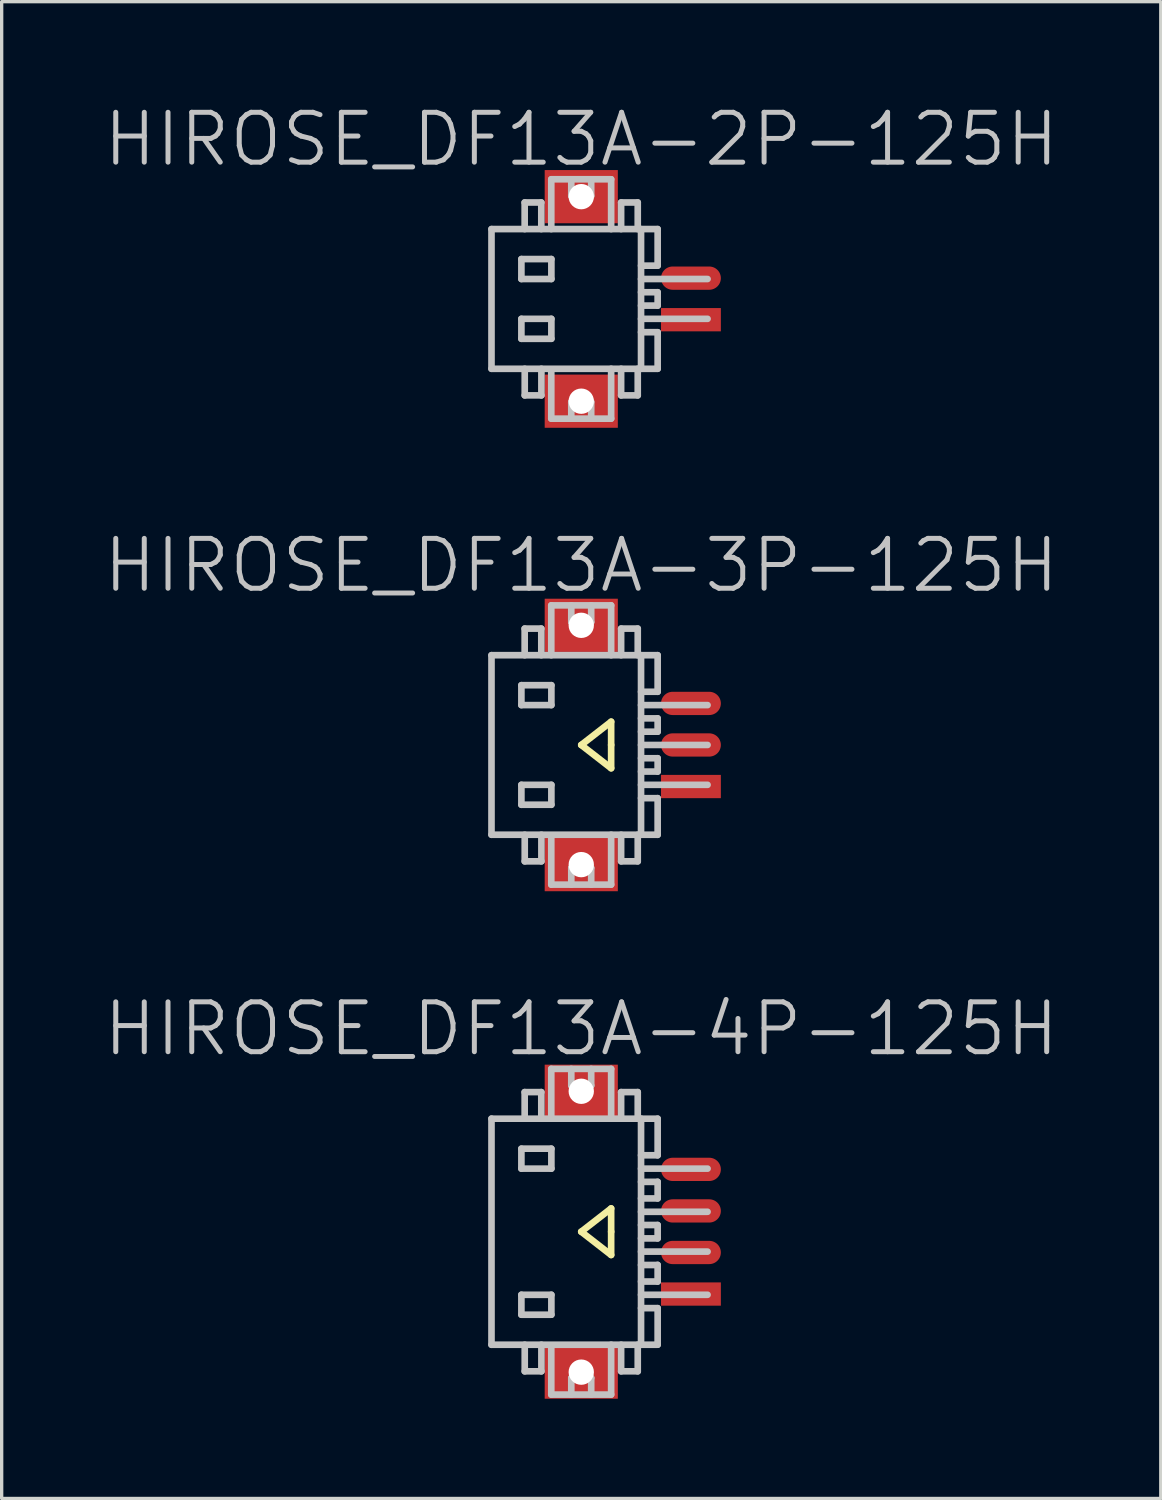
<source format=kicad_pcb>
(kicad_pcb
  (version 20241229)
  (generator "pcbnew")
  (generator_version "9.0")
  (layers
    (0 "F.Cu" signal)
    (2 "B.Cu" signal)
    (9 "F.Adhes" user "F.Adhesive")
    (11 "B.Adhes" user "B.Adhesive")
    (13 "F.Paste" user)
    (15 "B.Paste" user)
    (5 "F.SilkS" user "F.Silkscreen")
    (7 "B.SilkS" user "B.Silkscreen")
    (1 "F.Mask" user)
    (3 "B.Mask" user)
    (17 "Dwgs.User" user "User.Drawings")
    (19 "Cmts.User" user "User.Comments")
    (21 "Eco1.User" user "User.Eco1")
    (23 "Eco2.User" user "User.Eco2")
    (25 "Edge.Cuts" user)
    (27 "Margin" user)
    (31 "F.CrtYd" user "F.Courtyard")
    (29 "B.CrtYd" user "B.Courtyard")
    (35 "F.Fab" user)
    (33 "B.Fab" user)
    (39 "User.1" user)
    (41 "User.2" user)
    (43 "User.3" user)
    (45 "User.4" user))
  (footprint "HIROSE_DF13A-4P-125H"
    (layer "F.Cu")
    (at 14.432 33.997)
    (property "Reference" "HIROSE_DF13A-4P-125H" (at 0 -6.1 180) (layer "Dwgs.User") (effects (font (size 1.5 1.5) (thickness 0.15))))
    (attr smd)
    (fp_line (start 0 0) (end 0.9 0.7) (stroke (width 0.2) (type solid)) (layer "F.SilkS"))
    (fp_line (start 0.9 -0.7) (end 0 0) (stroke (width 0.2) (type solid)) (layer "F.SilkS"))
    (fp_line (start 0.9 0) (end 0.9 -0.7) (stroke (width 0.2) (type solid)) (layer "F.SilkS"))
    (fp_line (start 0.9 0.7) (end 0.9 0) (stroke (width 0.2) (type solid)) (layer "F.SilkS"))
    (fp_line (start -2.699 -3.401) (end -2.699 3.401) (stroke (width 0.2) (type solid)) (layer "Dwgs.User"))
    (fp_line (start -2.699 -3.399) (end 2.299 -3.399) (stroke (width 0.2) (type solid)) (layer "Dwgs.User"))
    (fp_line (start -1.8 -2.497) (end -1.8 -1.897) (stroke (width 0.2) (type solid)) (layer "Dwgs.User"))
    (fp_line (start -1.8 -1.897) (end -0.898 -1.897) (stroke (width 0.2) (type solid)) (layer "Dwgs.User"))
    (fp_line (start -1.8 1.897) (end -0.898 1.897) (stroke (width 0.2) (type solid)) (layer "Dwgs.User"))
    (fp_line (start -1.8 2.497) (end -1.8 1.897) (stroke (width 0.2) (type solid)) (layer "Dwgs.User"))
    (fp_line (start -1.701 -4.199) (end -1.701 -3.399) (stroke (width 0.2) (type solid)) (layer "Dwgs.User"))
    (fp_line (start -1.699 4.199) (end -1.699 3.399) (stroke (width 0.2) (type solid)) (layer "Dwgs.User"))
    (fp_line (start -1.201 -4.199) (end -1.701 -4.199) (stroke (width 0.2) (type solid)) (layer "Dwgs.User"))
    (fp_line (start -1.201 -3.399) (end -1.201 -4.199) (stroke (width 0.2) (type solid)) (layer "Dwgs.User"))
    (fp_line (start -1.198 3.399) (end -1.198 4.199) (stroke (width 0.2) (type solid)) (layer "Dwgs.User"))
    (fp_line (start -1.198 4.199) (end -1.699 4.199) (stroke (width 0.2) (type solid)) (layer "Dwgs.User"))
    (fp_line (start -0.901 -4.897) (end -0.901 -3.399) (stroke (width 0.2) (type solid)) (layer "Dwgs.User"))
    (fp_line (start -0.901 4.897) (end -0.901 3.498) (stroke (width 0.2) (type solid)) (layer "Dwgs.User"))
    (fp_line (start -0.898 -2.497) (end -1.8 -2.497) (stroke (width 0.2) (type solid)) (layer "Dwgs.User"))
    (fp_line (start -0.898 -1.897) (end -0.898 -2.497) (stroke (width 0.2) (type solid)) (layer "Dwgs.User"))
    (fp_line (start -0.898 1.897) (end -0.898 2.497) (stroke (width 0.2) (type solid)) (layer "Dwgs.User"))
    (fp_line (start -0.898 2.497) (end -1.8 2.497) (stroke (width 0.2) (type solid)) (layer "Dwgs.User"))
    (fp_line (start -0.299 -4.397) (end -0.299 -4.897) (stroke (width 0.2) (type solid)) (layer "Dwgs.User"))
    (fp_line (start -0.299 -4.397) (end 0.3 -4.397) (stroke (width 0.2) (type solid)) (layer "Dwgs.User"))
    (fp_line (start -0.299 4.399) (end 0.3 4.399) (stroke (width 0.2) (type solid)) (layer "Dwgs.User"))
    (fp_line (start -0.299 4.9) (end -0.299 4.399) (stroke (width 0.2) (type solid)) (layer "Dwgs.User"))
    (fp_line (start 0.3 -4.397) (end 0.3 -4.897) (stroke (width 0.2) (type solid)) (layer "Dwgs.User"))
    (fp_line (start 0.3 4.9) (end 0.3 4.399) (stroke (width 0.2) (type solid)) (layer "Dwgs.User"))
    (fp_line (start 0.9 -4.897) (end -0.901 -4.897) (stroke (width 0.2) (type solid)) (layer "Dwgs.User"))
    (fp_line (start 0.9 -3.399) (end 0.9 -4.897) (stroke (width 0.2) (type solid)) (layer "Dwgs.User"))
    (fp_line (start 0.9 4.897) (end 0.9 3.399) (stroke (width 0.2) (type solid)) (layer "Dwgs.User"))
    (fp_line (start 0.9 4.9) (end -0.901 4.9) (stroke (width 0.2) (type solid)) (layer "Dwgs.User"))
    (fp_line (start 1.2 -3.399) (end 1.2 -4.199) (stroke (width 0.2) (type solid)) (layer "Dwgs.User"))
    (fp_line (start 1.2 4.199) (end 1.2 3.399) (stroke (width 0.2) (type solid)) (layer "Dwgs.User"))
    (fp_line (start 1.7 -4.199) (end 1.2 -4.199) (stroke (width 0.2) (type solid)) (layer "Dwgs.User"))
    (fp_line (start 1.7 -4.199) (end 1.7 -3.399) (stroke (width 0.2) (type solid)) (layer "Dwgs.User"))
    (fp_line (start 1.7 3.399) (end 1.7 4.199) (stroke (width 0.2) (type solid)) (layer "Dwgs.User"))
    (fp_line (start 1.7 4.199) (end 1.2 4.199) (stroke (width 0.2) (type solid)) (layer "Dwgs.User"))
    (fp_line (start 1.799 -3.401) (end 1.799 3.401) (stroke (width 0.2) (type solid)) (layer "Dwgs.User"))
    (fp_line (start 1.799 -1.499) (end 2.299 -1.499) (stroke (width 0.2) (type solid)) (layer "Dwgs.User"))
    (fp_line (start 1.799 -0.599) (end 3.8 -0.599) (stroke (width 0.2) (type solid)) (layer "Dwgs.User"))
    (fp_line (start 1.799 0.599) (end 3.8 0.599) (stroke (width 0.2) (type solid)) (layer "Dwgs.User"))
    (fp_line (start 1.799 1.001) (end 2.299 1.001) (stroke (width 0.2) (type solid)) (layer "Dwgs.User"))
    (fp_line (start 1.799 1.897) (end 3.8 1.897) (stroke (width 0.2) (type solid)) (layer "Dwgs.User"))
    (fp_line (start 2.299 -2.299) (end 1.799 -2.299) (stroke (width 0.2) (type solid)) (layer "Dwgs.User"))
    (fp_line (start 2.299 -2.299) (end 2.299 -3.399) (stroke (width 0.2) (type solid)) (layer "Dwgs.User"))
    (fp_line (start 2.299 -1.501) (end 2.299 -1.001) (stroke (width 0.2) (type solid)) (layer "Dwgs.User"))
    (fp_line (start 2.299 -1.001) (end 1.799 -1.001) (stroke (width 0.2) (type solid)) (layer "Dwgs.User"))
    (fp_line (start 2.299 -0.201) (end 1.799 -0.201) (stroke (width 0.2) (type solid)) (layer "Dwgs.User"))
    (fp_line (start 2.299 0.201) (end 1.799 0.201) (stroke (width 0.2) (type solid)) (layer "Dwgs.User"))
    (fp_line (start 2.299 0.201) (end 2.299 -0.201) (stroke (width 0.2) (type solid)) (layer "Dwgs.User"))
    (fp_line (start 2.299 0.998) (end 2.299 1.499) (stroke (width 0.2) (type solid)) (layer "Dwgs.User"))
    (fp_line (start 2.299 1.499) (end 1.799 1.499) (stroke (width 0.2) (type solid)) (layer "Dwgs.User"))
    (fp_line (start 2.299 2.299) (end 1.799 2.299) (stroke (width 0.2) (type solid)) (layer "Dwgs.User"))
    (fp_line (start 2.299 3.399) (end -2.699 3.399) (stroke (width 0.2) (type solid)) (layer "Dwgs.User"))
    (fp_line (start 2.299 3.399) (end 2.299 2.299) (stroke (width 0.2) (type solid)) (layer "Dwgs.User"))
    (fp_line (start 3.8 -1.897) (end 1.799 -1.897) (stroke (width 0.2) (type solid)) (layer "Dwgs.User"))
    (pad "" np_thru_hole rect (at 0.001 -4.224 270) (size 1.6 2.2) (drill 0.762) (layers "F.Cu" "F.Mask" "F.Paste"))
    (pad "" np_thru_hole rect (at 0.001 4.224 270) (size 1.6 2.2) (drill 0.762) (layers "F.Cu" "F.Mask" "F.Paste"))
    (pad "1" smd rect (at 3.3 1.875 270) (size 0.7 1.8) (layers "F.Cu" "F.Mask" "F.Paste"))
    (pad "2" smd oval (at 3.3 0.625 270) (size 0.7 1.8) (layers "F.Cu" "F.Mask" "F.Paste"))
    (pad "3" smd oval (at 3.3 -0.625 270) (size 0.7 1.8) (layers "F.Cu" "F.Mask" "F.Paste"))
    (pad "4" smd oval (at 3.3 -1.875 270) (size 0.7 1.8) (layers "F.Cu" "F.Mask" "F.Paste")))
  (footprint "HIROSE_DF13A-2P-125H"
    (layer "F.Cu")
    (at 14.432 5.941)
    (property "Reference" "HIROSE_DF13A-2P-125H" (at 0 -4.8 180) (layer "Dwgs.User") (effects (font (size 1.5 1.5) (thickness 0.15))))
    (attr smd)
    (fp_line (start -2.699 -2.101) (end 2.299 -2.101) (stroke (width 0.2) (type solid)) (layer "Dwgs.User"))
    (fp_line (start -2.699 2.101) (end -2.699 -2.101) (stroke (width 0.2) (type solid)) (layer "Dwgs.User"))
    (fp_line (start -1.8 -1.199) (end -1.8 -0.599) (stroke (width 0.2) (type solid)) (layer "Dwgs.User"))
    (fp_line (start -1.8 -0.599) (end -0.898 -0.599) (stroke (width 0.2) (type solid)) (layer "Dwgs.User"))
    (fp_line (start -1.8 0.599) (end -0.898 0.599) (stroke (width 0.2) (type solid)) (layer "Dwgs.User"))
    (fp_line (start -1.8 1.199) (end -1.8 0.599) (stroke (width 0.2) (type solid)) (layer "Dwgs.User"))
    (fp_line (start -1.701 -2.901) (end -1.701 -2.101) (stroke (width 0.2) (type solid)) (layer "Dwgs.User"))
    (fp_line (start -1.699 2.901) (end -1.699 2.101) (stroke (width 0.2) (type solid)) (layer "Dwgs.User"))
    (fp_line (start -1.201 -2.901) (end -1.701 -2.901) (stroke (width 0.2) (type solid)) (layer "Dwgs.User"))
    (fp_line (start -1.201 -2.101) (end -1.201 -2.901) (stroke (width 0.2) (type solid)) (layer "Dwgs.User"))
    (fp_line (start -1.198 2.101) (end -1.198 2.901) (stroke (width 0.2) (type solid)) (layer "Dwgs.User"))
    (fp_line (start -1.198 2.901) (end -1.699 2.901) (stroke (width 0.2) (type solid)) (layer "Dwgs.User"))
    (fp_line (start -0.901 -3.599) (end -0.901 -2.101) (stroke (width 0.2) (type solid)) (layer "Dwgs.User"))
    (fp_line (start -0.901 3.599) (end -0.901 2.2) (stroke (width 0.2) (type solid)) (layer "Dwgs.User"))
    (fp_line (start -0.898 -1.199) (end -1.8 -1.199) (stroke (width 0.2) (type solid)) (layer "Dwgs.User"))
    (fp_line (start -0.898 -0.599) (end -0.898 -1.199) (stroke (width 0.2) (type solid)) (layer "Dwgs.User"))
    (fp_line (start -0.898 0.599) (end -0.898 1.199) (stroke (width 0.2) (type solid)) (layer "Dwgs.User"))
    (fp_line (start -0.898 1.199) (end -1.8 1.199) (stroke (width 0.2) (type solid)) (layer "Dwgs.User"))
    (fp_line (start -0.299 -3.099) (end -0.299 -3.599) (stroke (width 0.2) (type solid)) (layer "Dwgs.User"))
    (fp_line (start -0.299 -3.099) (end 0.3 -3.099) (stroke (width 0.2) (type solid)) (layer "Dwgs.User"))
    (fp_line (start -0.299 3.101) (end 0.3 3.101) (stroke (width 0.2) (type solid)) (layer "Dwgs.User"))
    (fp_line (start -0.299 3.602) (end -0.299 3.101) (stroke (width 0.2) (type solid)) (layer "Dwgs.User"))
    (fp_line (start 0.3 -3.099) (end 0.3 -3.599) (stroke (width 0.2) (type solid)) (layer "Dwgs.User"))
    (fp_line (start 0.3 3.602) (end 0.3 3.101) (stroke (width 0.2) (type solid)) (layer "Dwgs.User"))
    (fp_line (start 0.9 -3.599) (end -0.901 -3.599) (stroke (width 0.2) (type solid)) (layer "Dwgs.User"))
    (fp_line (start 0.9 -2.101) (end 0.9 -3.599) (stroke (width 0.2) (type solid)) (layer "Dwgs.User"))
    (fp_line (start 0.9 3.599) (end 0.9 2.101) (stroke (width 0.2) (type solid)) (layer "Dwgs.User"))
    (fp_line (start 0.9 3.602) (end -0.901 3.602) (stroke (width 0.2) (type solid)) (layer "Dwgs.User"))
    (fp_line (start 1.2 -2.101) (end 1.2 -2.901) (stroke (width 0.2) (type solid)) (layer "Dwgs.User"))
    (fp_line (start 1.2 2.901) (end 1.2 2.101) (stroke (width 0.2) (type solid)) (layer "Dwgs.User"))
    (fp_line (start 1.7 -2.901) (end 1.2 -2.901) (stroke (width 0.2) (type solid)) (layer "Dwgs.User"))
    (fp_line (start 1.7 -2.901) (end 1.7 -2.101) (stroke (width 0.2) (type solid)) (layer "Dwgs.User"))
    (fp_line (start 1.7 2.101) (end 1.7 2.901) (stroke (width 0.2) (type solid)) (layer "Dwgs.User"))
    (fp_line (start 1.7 2.901) (end 1.2 2.901) (stroke (width 0.2) (type solid)) (layer "Dwgs.User"))
    (fp_line (start 1.799 0.599) (end 3.8 0.599) (stroke (width 0.2) (type solid)) (layer "Dwgs.User"))
    (fp_line (start 1.799 2.101) (end 1.799 -2.101) (stroke (width 0.2) (type solid)) (layer "Dwgs.User"))
    (fp_line (start 2.299 -1.001) (end 1.799 -1.001) (stroke (width 0.2) (type solid)) (layer "Dwgs.User"))
    (fp_line (start 2.299 -1.001) (end 2.299 -2.101) (stroke (width 0.2) (type solid)) (layer "Dwgs.User"))
    (fp_line (start 2.299 -0.201) (end 1.799 -0.201) (stroke (width 0.2) (type solid)) (layer "Dwgs.User"))
    (fp_line (start 2.299 0.201) (end 1.799 0.201) (stroke (width 0.2) (type solid)) (layer "Dwgs.User"))
    (fp_line (start 2.299 0.201) (end 2.299 -0.201) (stroke (width 0.2) (type solid)) (layer "Dwgs.User"))
    (fp_line (start 2.299 1.001) (end 1.799 1.001) (stroke (width 0.2) (type solid)) (layer "Dwgs.User"))
    (fp_line (start 2.299 2.101) (end -2.699 2.101) (stroke (width 0.2) (type solid)) (layer "Dwgs.User"))
    (fp_line (start 2.299 2.101) (end 2.299 1.001) (stroke (width 0.2) (type solid)) (layer "Dwgs.User"))
    (fp_line (start 3.8 -0.599) (end 1.799 -0.599) (stroke (width 0.2) (type solid)) (layer "Dwgs.User"))
    (pad "" np_thru_hole rect (at 0.001 -3.076 270) (size 1.6 2.2) (drill 0.762) (layers "F.Cu" "F.Mask" "F.Paste"))
    (pad "" np_thru_hole rect (at 0.001 3.076 270) (size 1.6 2.2) (drill 0.762) (layers "F.Cu" "F.Mask" "F.Paste"))
    (pad "1" smd rect (at 3.3 0.625 270) (size 0.7 1.8) (layers "F.Cu" "F.Mask" "F.Paste"))
    (pad "2" smd oval (at 3.3 -0.625 270) (size 0.7 1.8) (layers "F.Cu" "F.Mask" "F.Paste")))
  (footprint "HIROSE_DF13A-3P-125H"
    (layer "F.Cu")
    (at 14.432 19.357)
    (property "Reference" "HIROSE_DF13A-3P-125H" (at 0 -5.4 180) (layer "Dwgs.User") (effects (font (size 1.5 1.5) (thickness 0.15))))
    (attr smd)
    (fp_line (start 0 0) (end 0.9 0.7) (stroke (width 0.2) (type solid)) (layer "F.SilkS"))
    (fp_line (start 0.9 -0.7) (end 0 0) (stroke (width 0.2) (type solid)) (layer "F.SilkS"))
    (fp_line (start 0.9 0) (end 0.9 -0.7) (stroke (width 0.2) (type solid)) (layer "F.SilkS"))
    (fp_line (start 0.9 0.7) (end 0.9 0) (stroke (width 0.2) (type solid)) (layer "F.SilkS"))
    (fp_line (start -2.699 -2.7) (end -2.699 2.7) (stroke (width 0.2) (type solid)) (layer "Dwgs.User"))
    (fp_line (start -2.699 -2.7) (end 2.299 -2.7) (stroke (width 0.2) (type solid)) (layer "Dwgs.User"))
    (fp_line (start -1.8 -1.798) (end -1.8 -1.199) (stroke (width 0.2) (type solid)) (layer "Dwgs.User"))
    (fp_line (start -1.8 -1.199) (end -0.898 -1.199) (stroke (width 0.2) (type solid)) (layer "Dwgs.User"))
    (fp_line (start -1.8 1.199) (end -0.898 1.199) (stroke (width 0.2) (type solid)) (layer "Dwgs.User"))
    (fp_line (start -1.8 1.798) (end -1.8 1.199) (stroke (width 0.2) (type solid)) (layer "Dwgs.User"))
    (fp_line (start -1.701 -3.5) (end -1.701 -2.7) (stroke (width 0.2) (type solid)) (layer "Dwgs.User"))
    (fp_line (start -1.699 3.5) (end -1.699 2.7) (stroke (width 0.2) (type solid)) (layer "Dwgs.User"))
    (fp_line (start -1.201 -3.5) (end -1.701 -3.5) (stroke (width 0.2) (type solid)) (layer "Dwgs.User"))
    (fp_line (start -1.201 -2.7) (end -1.201 -3.5) (stroke (width 0.2) (type solid)) (layer "Dwgs.User"))
    (fp_line (start -1.198 2.7) (end -1.198 3.5) (stroke (width 0.2) (type solid)) (layer "Dwgs.User"))
    (fp_line (start -1.198 3.5) (end -1.699 3.5) (stroke (width 0.2) (type solid)) (layer "Dwgs.User"))
    (fp_line (start -0.901 -4.199) (end -0.901 -2.7) (stroke (width 0.2) (type solid)) (layer "Dwgs.User"))
    (fp_line (start -0.901 4.199) (end -0.901 2.799) (stroke (width 0.2) (type solid)) (layer "Dwgs.User"))
    (fp_line (start -0.898 -1.798) (end -1.8 -1.798) (stroke (width 0.2) (type solid)) (layer "Dwgs.User"))
    (fp_line (start -0.898 -1.199) (end -0.898 -1.798) (stroke (width 0.2) (type solid)) (layer "Dwgs.User"))
    (fp_line (start -0.898 1.199) (end -0.898 1.798) (stroke (width 0.2) (type solid)) (layer "Dwgs.User"))
    (fp_line (start -0.898 1.798) (end -1.8 1.798) (stroke (width 0.2) (type solid)) (layer "Dwgs.User"))
    (fp_line (start -0.299 -3.698) (end -0.299 -4.199) (stroke (width 0.2) (type solid)) (layer "Dwgs.User"))
    (fp_line (start -0.299 -3.698) (end 0.3 -3.698) (stroke (width 0.2) (type solid)) (layer "Dwgs.User"))
    (fp_line (start -0.299 3.701) (end 0.3 3.701) (stroke (width 0.2) (type solid)) (layer "Dwgs.User"))
    (fp_line (start -0.299 4.201) (end -0.299 3.701) (stroke (width 0.2) (type solid)) (layer "Dwgs.User"))
    (fp_line (start 0.3 -3.698) (end 0.3 -4.199) (stroke (width 0.2) (type solid)) (layer "Dwgs.User"))
    (fp_line (start 0.3 4.201) (end 0.3 3.701) (stroke (width 0.2) (type solid)) (layer "Dwgs.User"))
    (fp_line (start 0.9 -4.199) (end -0.901 -4.199) (stroke (width 0.2) (type solid)) (layer "Dwgs.User"))
    (fp_line (start 0.9 -2.7) (end 0.9 -4.199) (stroke (width 0.2) (type solid)) (layer "Dwgs.User"))
    (fp_line (start 0.9 4.199) (end 0.9 2.7) (stroke (width 0.2) (type solid)) (layer "Dwgs.User"))
    (fp_line (start 0.9 4.201) (end -0.901 4.201) (stroke (width 0.2) (type solid)) (layer "Dwgs.User"))
    (fp_line (start 1.2 -2.7) (end 1.2 -3.5) (stroke (width 0.2) (type solid)) (layer "Dwgs.User"))
    (fp_line (start 1.2 3.5) (end 1.2 2.7) (stroke (width 0.2) (type solid)) (layer "Dwgs.User"))
    (fp_line (start 1.7 -3.5) (end 1.2 -3.5) (stroke (width 0.2) (type solid)) (layer "Dwgs.User"))
    (fp_line (start 1.7 -3.5) (end 1.7 -2.7) (stroke (width 0.2) (type solid)) (layer "Dwgs.User"))
    (fp_line (start 1.7 2.7) (end 1.7 3.5) (stroke (width 0.2) (type solid)) (layer "Dwgs.User"))
    (fp_line (start 1.7 3.5) (end 1.2 3.5) (stroke (width 0.2) (type solid)) (layer "Dwgs.User"))
    (fp_line (start 1.799 -2.7) (end 1.799 2.7) (stroke (width 0.2) (type solid)) (layer "Dwgs.User"))
    (fp_line (start 1.799 -0.8) (end 2.299 -0.8) (stroke (width 0.2) (type solid)) (layer "Dwgs.User"))
    (fp_line (start 1.799 0) (end 3.8 0) (stroke (width 0.2) (type solid)) (layer "Dwgs.User"))
    (fp_line (start 1.799 1.199) (end 3.8 1.199) (stroke (width 0.2) (type solid)) (layer "Dwgs.User"))
    (fp_line (start 2.299 -1.6) (end 1.799 -1.6) (stroke (width 0.2) (type solid)) (layer "Dwgs.User"))
    (fp_line (start 2.299 -1.6) (end 2.299 -2.7) (stroke (width 0.2) (type solid)) (layer "Dwgs.User"))
    (fp_line (start 2.299 -0.8) (end 2.299 -0.399) (stroke (width 0.2) (type solid)) (layer "Dwgs.User"))
    (fp_line (start 2.299 -0.399) (end 1.799 -0.399) (stroke (width 0.2) (type solid)) (layer "Dwgs.User"))
    (fp_line (start 2.299 0.399) (end 1.799 0.399) (stroke (width 0.2) (type solid)) (layer "Dwgs.User"))
    (fp_line (start 2.299 0.8) (end 1.799 0.8) (stroke (width 0.2) (type solid)) (layer "Dwgs.User"))
    (fp_line (start 2.299 0.8) (end 2.299 0.399) (stroke (width 0.2) (type solid)) (layer "Dwgs.User"))
    (fp_line (start 2.299 1.6) (end 1.799 1.6) (stroke (width 0.2) (type solid)) (layer "Dwgs.User"))
    (fp_line (start 2.299 2.7) (end -2.699 2.7) (stroke (width 0.2) (type solid)) (layer "Dwgs.User"))
    (fp_line (start 2.299 2.7) (end 2.299 1.6) (stroke (width 0.2) (type solid)) (layer "Dwgs.User"))
    (fp_line (start 3.8 -1.199) (end 1.799 -1.199) (stroke (width 0.2) (type solid)) (layer "Dwgs.User"))
    (pad "" np_thru_hole rect (at 0.001 -3.599 270) (size 1.6 2.2) (drill 0.762) (layers "F.Cu" "F.Mask" "F.Paste"))
    (pad "" np_thru_hole rect (at 0.001 3.599 270) (size 1.6 2.2) (drill 0.762) (layers "F.Cu" "F.Mask" "F.Paste"))
    (pad "1" smd rect (at 3.3 1.25 270) (size 0.7 1.8) (layers "F.Cu" "F.Mask" "F.Paste"))
    (pad "2" smd oval (at 3.3 0 270) (size 0.7 1.8) (layers "F.Cu" "F.Mask" "F.Paste"))
    (pad "3" smd oval (at 3.3 -1.25 270) (size 0.7 1.8) (layers "F.Cu" "F.Mask" "F.Paste")))
  (gr_rect
    (start -3 -3)
    (end 31.864 42.021)
    (stroke (width 0.1) (type default))
    (fill no)
    (layer "Edge.Cuts")))
</source>
